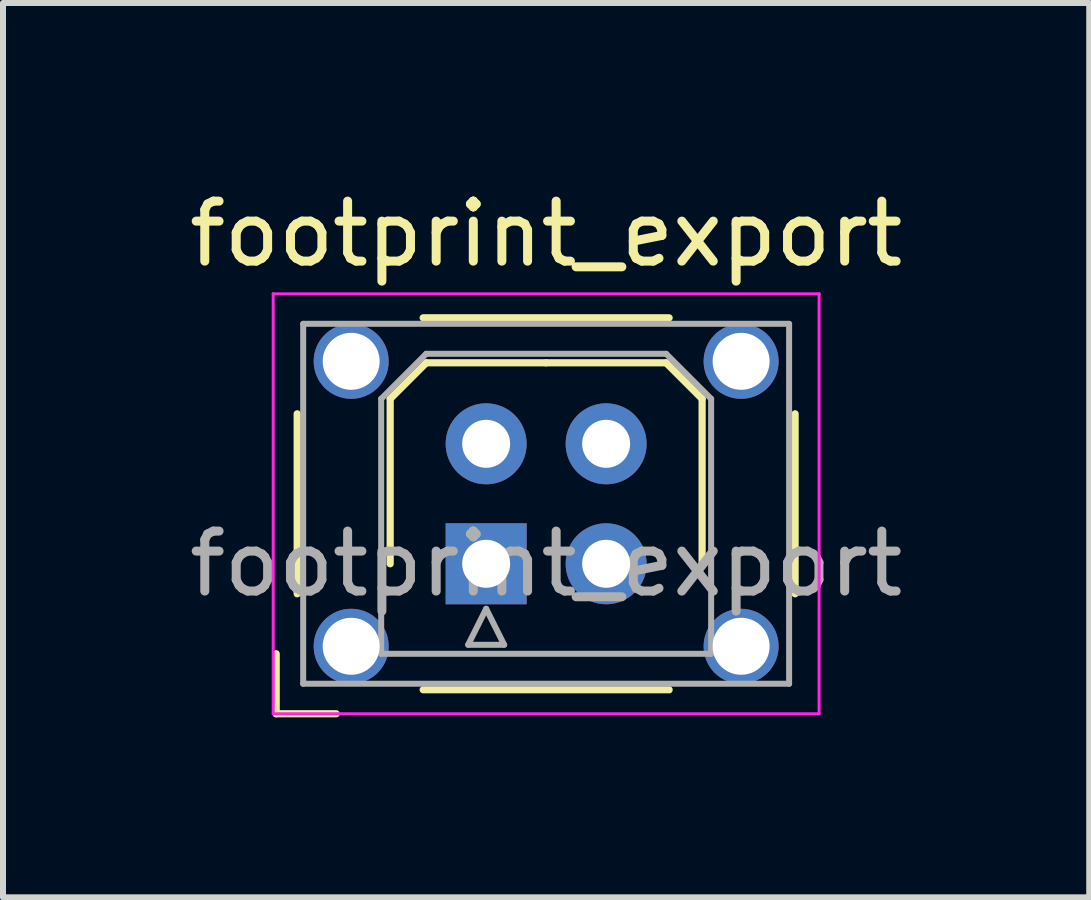
<source format=kicad_pcb>
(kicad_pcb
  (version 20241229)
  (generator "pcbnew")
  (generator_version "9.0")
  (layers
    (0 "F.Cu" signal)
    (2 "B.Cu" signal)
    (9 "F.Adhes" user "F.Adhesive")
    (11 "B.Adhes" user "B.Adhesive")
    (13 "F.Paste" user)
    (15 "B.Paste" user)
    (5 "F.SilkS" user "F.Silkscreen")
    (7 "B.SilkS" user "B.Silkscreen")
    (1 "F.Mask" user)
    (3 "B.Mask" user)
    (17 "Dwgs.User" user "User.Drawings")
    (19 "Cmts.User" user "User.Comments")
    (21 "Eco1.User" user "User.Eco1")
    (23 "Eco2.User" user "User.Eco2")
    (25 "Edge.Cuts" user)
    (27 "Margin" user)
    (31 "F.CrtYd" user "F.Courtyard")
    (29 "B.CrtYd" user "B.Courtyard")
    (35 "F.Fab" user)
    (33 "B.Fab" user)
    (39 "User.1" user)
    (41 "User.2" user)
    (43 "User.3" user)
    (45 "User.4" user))
  (footprint "footprint_export"
    (layer "F.Cu")
    (at 5.054 6.348)
    (property "Reference" "footprint_export" (at 1 -5.5 0) (layer "F.SilkS") (effects (font (size 1 1) (thickness 0.15))))
    (attr through_hole)
    (fp_line (start -3.5 1.5) (end -3.5 2.5) (stroke (width 0.12) (type solid)) (layer "F.SilkS"))
    (fp_line (start -3.5 2.5) (end -2.5 2.5) (stroke (width 0.12) (type solid)) (layer "F.SilkS"))
    (fp_line (start -3.15 -2.5) (end -3.15 0.5) (stroke (width 0.12) (type solid)) (layer "F.SilkS"))
    (fp_line (start -1.6 -2.75) (end -1 -3.35) (stroke (width 0.12) (type solid)) (layer "F.SilkS"))
    (fp_line (start -1.6 0) (end -1.6 -2.75) (stroke (width 0.12) (type solid)) (layer "F.SilkS"))
    (fp_line (start -1.05 -4.1) (end 3.05 -4.1) (stroke (width 0.12) (type solid)) (layer "F.SilkS"))
    (fp_line (start -1.05 2.1) (end 3.05 2.1) (stroke (width 0.12) (type solid)) (layer "F.SilkS"))
    (fp_line (start -1 -3.35) (end 1 -3.35) (stroke (width 0.12) (type solid)) (layer "F.SilkS"))
    (fp_line (start 3 -3.35) (end 1 -3.35) (stroke (width 0.12) (type solid)) (layer "F.SilkS"))
    (fp_line (start 3.6 -2.75) (end 3 -3.35) (stroke (width 0.12) (type solid)) (layer "F.SilkS"))
    (fp_line (start 3.6 0) (end 3.6 -2.75) (stroke (width 0.12) (type solid)) (layer "F.SilkS"))
    (fp_line (start 5.15 -2.5) (end 5.15 0.5) (stroke (width 0.12) (type solid)) (layer "F.SilkS"))
    (fp_line (start -3.55 -4.5) (end -3.55 2.5) (stroke (width 0.05) (type solid)) (layer "F.CrtYd"))
    (fp_line (start -3.55 2.5) (end 5.55 2.5) (stroke (width 0.05) (type solid)) (layer "F.CrtYd"))
    (fp_line (start 5.55 -4.5) (end -3.55 -4.5) (stroke (width 0.05) (type solid)) (layer "F.CrtYd"))
    (fp_line (start 5.55 2.5) (end 5.55 -4.5) (stroke (width 0.05) (type solid)) (layer "F.CrtYd"))
    (fp_line (start -3.05 -4) (end -3.05 2) (stroke (width 0.1) (type solid)) (layer "F.Fab"))
    (fp_line (start -3.05 2) (end 5.05 2) (stroke (width 0.1) (type solid)) (layer "F.Fab"))
    (fp_line (start -1.75 -2.75) (end -1 -3.5) (stroke (width 0.1) (type solid)) (layer "F.Fab"))
    (fp_line (start -1.75 1.5) (end -1.75 -2.75) (stroke (width 0.1) (type solid)) (layer "F.Fab"))
    (fp_line (start -1 -3.5) (end 3 -3.5) (stroke (width 0.1) (type solid)) (layer "F.Fab"))
    (fp_line (start -0.3 1.35) (end 0.3 1.35) (stroke (width 0.1) (type solid)) (layer "F.Fab"))
    (fp_line (start 0 0.75) (end -0.3 1.35) (stroke (width 0.1) (type solid)) (layer "F.Fab"))
    (fp_line (start 0.3 1.35) (end 0 0.75) (stroke (width 0.1) (type solid)) (layer "F.Fab"))
    (fp_line (start 3 -3.5) (end 3.75 -2.75) (stroke (width 0.1) (type solid)) (layer "F.Fab"))
    (fp_line (start 3.75 -2.75) (end 3.75 1.5) (stroke (width 0.1) (type solid)) (layer "F.Fab"))
    (fp_line (start 3.75 1.5) (end -1.75 1.5) (stroke (width 0.1) (type solid)) (layer "F.Fab"))
    (fp_line (start 5.05 -4) (end -3.05 -4) (stroke (width 0.1) (type solid)) (layer "F.Fab"))
    (fp_line (start 5.05 2) (end 5.05 -4) (stroke (width 0.1) (type solid)) (layer "F.Fab"))
    (fp_text user "${REFERENCE}" (at 1 0 0) (layer "F.Fab") (effects (font (size 1 1) (thickness 0.15))))
    (pad "" thru_hole circle (at -2.25 -3.375) (size 1.25 1.25) (drill 0.95) (layers "*.Cu" "*.Mask"))
    (pad "" thru_hole circle (at -2.25 1.375) (size 1.25 1.25) (drill 0.95) (layers "*.Cu" "*.Mask"))
    (pad "" thru_hole circle (at 4.25 -3.375) (size 1.25 1.25) (drill 0.95) (layers "*.Cu" "*.Mask"))
    (pad "" thru_hole circle (at 4.25 1.375) (size 1.25 1.25) (drill 0.95) (layers "*.Cu" "*.Mask"))
    (pad "1" thru_hole rect (at 0 0) (size 1.35 1.35) (drill 0.8) (layers "*.Cu" "*.Mask"))
    (pad "2" thru_hole circle (at 0 -2) (size 1.35 1.35) (drill 0.8) (layers "*.Cu" "*.Mask"))
    (pad "3" thru_hole circle (at 2 0) (size 1.35 1.35) (drill 0.8) (layers "*.Cu" "*.Mask"))
    (pad "4" thru_hole circle (at 2 -2) (size 1.35 1.35) (drill 0.8) (layers "*.Cu" "*.Mask")))
  (gr_rect
    (start -3 -3)
    (end 15.107 11.908)
    (stroke (width 0.1) (type default))
    (fill no)
    (layer "Edge.Cuts")))
</source>
